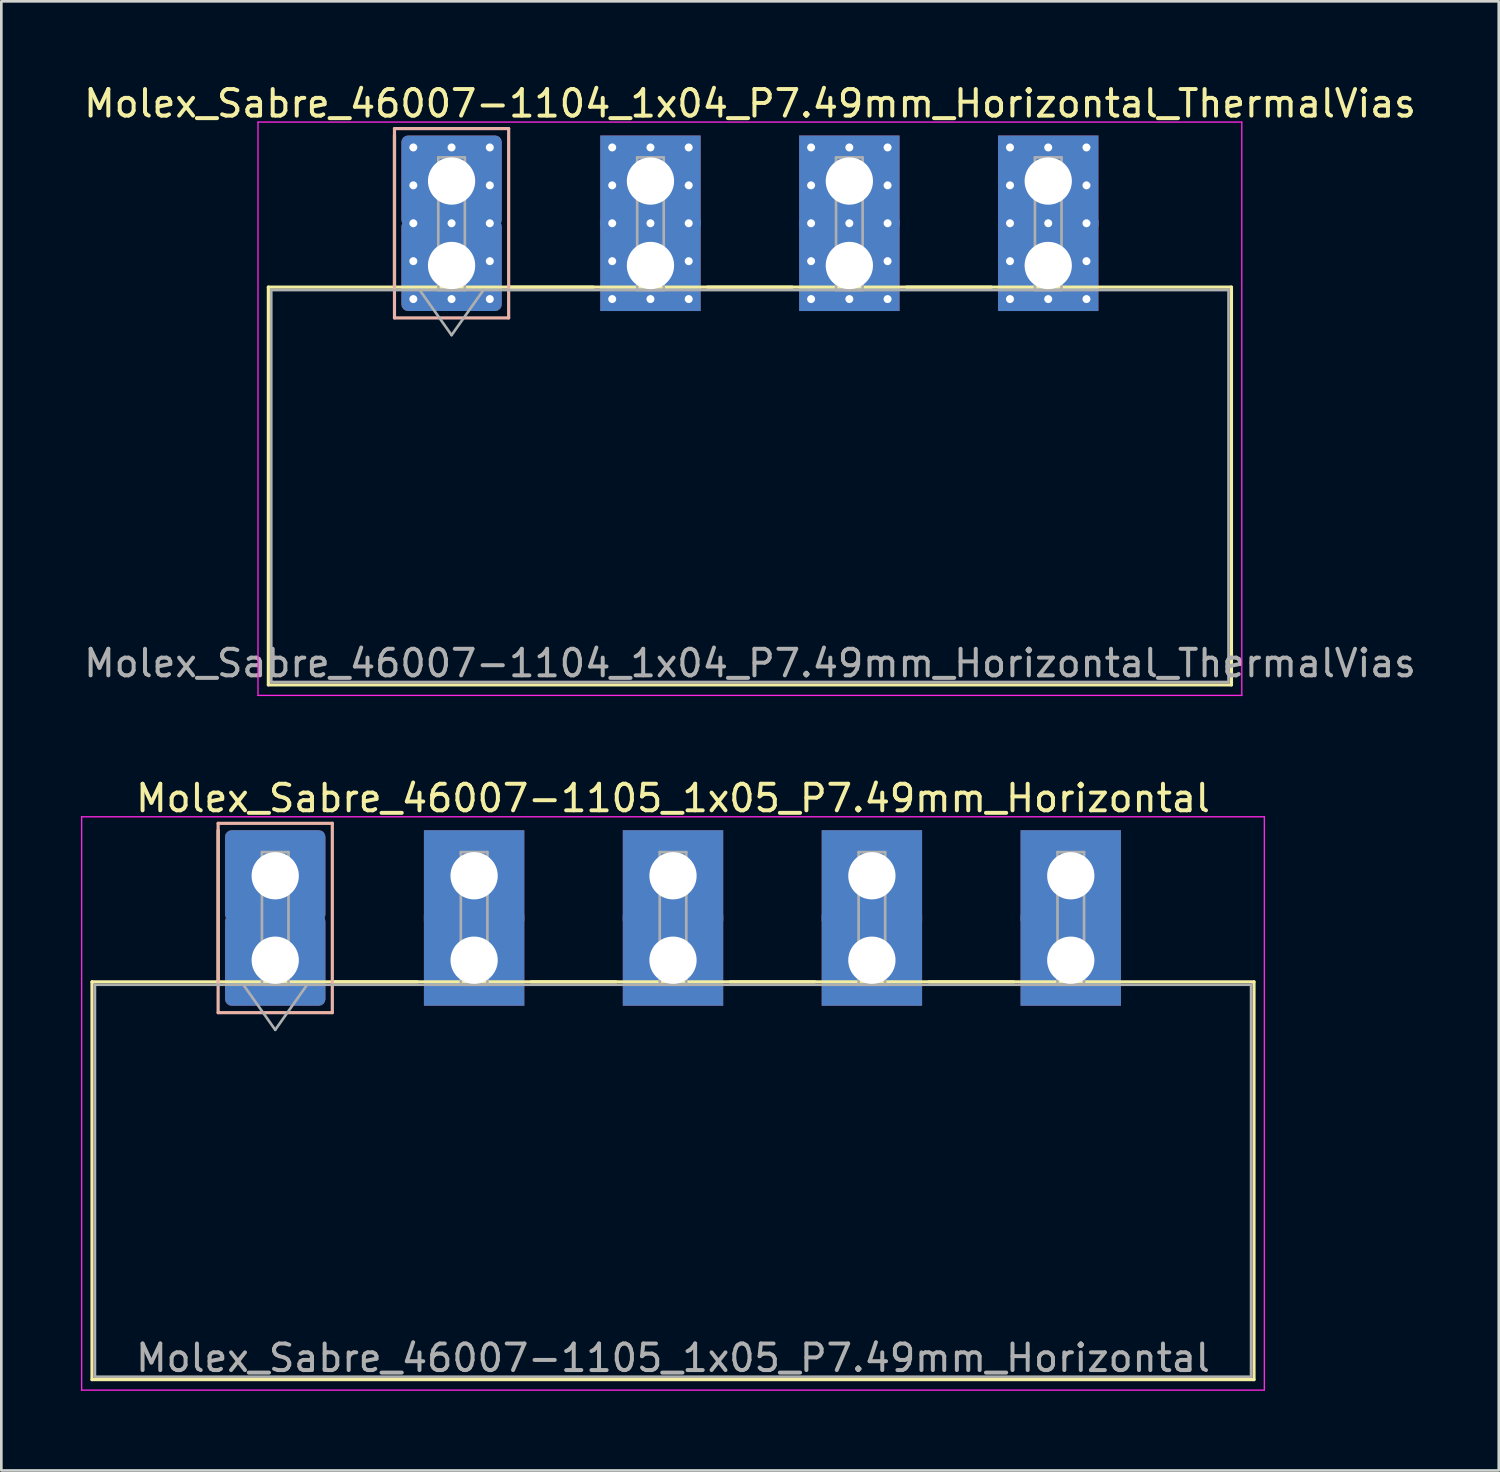
<source format=kicad_pcb>
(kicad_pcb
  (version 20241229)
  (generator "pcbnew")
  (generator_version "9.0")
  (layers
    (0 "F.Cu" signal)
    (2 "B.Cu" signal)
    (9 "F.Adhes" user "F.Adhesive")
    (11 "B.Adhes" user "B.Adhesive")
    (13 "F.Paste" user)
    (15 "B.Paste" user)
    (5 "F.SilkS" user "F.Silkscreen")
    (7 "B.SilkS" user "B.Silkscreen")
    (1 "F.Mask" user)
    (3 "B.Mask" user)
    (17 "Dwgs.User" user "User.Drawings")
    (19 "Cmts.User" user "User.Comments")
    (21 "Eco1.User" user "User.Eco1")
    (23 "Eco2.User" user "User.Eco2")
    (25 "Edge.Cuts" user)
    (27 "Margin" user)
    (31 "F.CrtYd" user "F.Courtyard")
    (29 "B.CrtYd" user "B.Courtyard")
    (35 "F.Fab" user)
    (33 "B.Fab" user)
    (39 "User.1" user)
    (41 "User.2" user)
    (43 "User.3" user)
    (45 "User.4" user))
  (footprint "Molex_Sabre_46007-1104_1x04_P7.49mm_Horizontal_ThermalVias"
    (layer "F.Cu")
    (at 13.956 6.948)
    (property "Reference" "Molex_Sabre_46007-1104_1x04_P7.49mm_Horizontal_ThermalVias" (at 11.24 -6.1 0) (layer "F.SilkS") (effects (font (size 1 1) (thickness 0.15))))
    (attr through_hole)
    (fp_line (start -6.9 0.815) (end -6.9 15.795) (stroke (width 0.12) (type solid)) (layer "F.SilkS"))
    (fp_line (start -6.9 15.795) (end 29.37 15.795) (stroke (width 0.12) (type solid)) (layer "F.SilkS"))
    (fp_line (start -2.15 0.815) (end -2.15 -4.895) (stroke (width 0.12) (type solid)) (layer "F.SilkS"))
    (fp_line (start 2.15 0.815) (end 5.34 0.815) (stroke (width 0.12) (type solid)) (layer "F.SilkS"))
    (fp_line (start 9.64 0.815) (end 12.83 0.815) (stroke (width 0.12) (type solid)) (layer "F.SilkS"))
    (fp_line (start 17.13 0.815) (end 20.32 0.815) (stroke (width 0.12) (type solid)) (layer "F.SilkS"))
    (fp_line (start 29.37 0.815) (end -6.9 0.815) (stroke (width 0.12) (type solid)) (layer "F.SilkS"))
    (fp_line (start 29.37 15.795) (end 29.37 0.815) (stroke (width 0.12) (type solid)) (layer "F.SilkS"))
    (fp_line (start -2.15 -5.155) (end -2.15 1.975) (stroke (width 0.12) (type solid)) (layer "B.SilkS"))
    (fp_line (start -2.15 1.975) (end 2.15 1.975) (stroke (width 0.12) (type solid)) (layer "B.SilkS"))
    (fp_line (start 2.15 -5.155) (end -2.15 -5.155) (stroke (width 0.12) (type solid)) (layer "B.SilkS"))
    (fp_line (start 2.15 1.975) (end 2.15 -5.155) (stroke (width 0.12) (type solid)) (layer "B.SilkS"))
    (fp_line (start -7.29 -5.4) (end -7.29 16.19) (stroke (width 0.05) (type solid)) (layer "F.CrtYd"))
    (fp_line (start -7.29 16.19) (end 29.76 16.19) (stroke (width 0.05) (type solid)) (layer "F.CrtYd"))
    (fp_line (start 29.76 -5.4) (end -7.29 -5.4) (stroke (width 0.05) (type solid)) (layer "F.CrtYd"))
    (fp_line (start 29.76 16.19) (end 29.76 -5.4) (stroke (width 0.05) (type solid)) (layer "F.CrtYd"))
    (fp_line (start -6.79 0.925) (end -6.79 15.685) (stroke (width 0.1) (type solid)) (layer "F.Fab"))
    (fp_line (start -6.79 15.685) (end 29.26 15.685) (stroke (width 0.1) (type solid)) (layer "F.Fab"))
    (fp_line (start -1.2 0.925) (end 0 2.622) (stroke (width 0.1) (type solid)) (layer "F.Fab"))
    (fp_line (start -0.5 -4.07) (end 0.5 -4.07) (stroke (width 0.1) (type solid)) (layer "F.Fab"))
    (fp_line (start -0.5 0.925) (end -0.5 -4.07) (stroke (width 0.1) (type solid)) (layer "F.Fab"))
    (fp_line (start 0 2.622) (end 1.2 0.925) (stroke (width 0.1) (type solid)) (layer "F.Fab"))
    (fp_line (start 0.5 -4.07) (end 0.5 0.925) (stroke (width 0.1) (type solid)) (layer "F.Fab"))
    (fp_line (start 0.5 0.925) (end -0.5 0.925) (stroke (width 0.1) (type solid)) (layer "F.Fab"))
    (fp_line (start 6.99 -4.07) (end 7.99 -4.07) (stroke (width 0.1) (type solid)) (layer "F.Fab"))
    (fp_line (start 6.99 0.925) (end 6.99 -4.07) (stroke (width 0.1) (type solid)) (layer "F.Fab"))
    (fp_line (start 7.99 -4.07) (end 7.99 0.925) (stroke (width 0.1) (type solid)) (layer "F.Fab"))
    (fp_line (start 7.99 0.925) (end 6.99 0.925) (stroke (width 0.1) (type solid)) (layer "F.Fab"))
    (fp_line (start 14.48 -4.07) (end 15.48 -4.07) (stroke (width 0.1) (type solid)) (layer "F.Fab"))
    (fp_line (start 14.48 0.925) (end 14.48 -4.07) (stroke (width 0.1) (type solid)) (layer "F.Fab"))
    (fp_line (start 15.48 -4.07) (end 15.48 0.925) (stroke (width 0.1) (type solid)) (layer "F.Fab"))
    (fp_line (start 15.48 0.925) (end 14.48 0.925) (stroke (width 0.1) (type solid)) (layer "F.Fab"))
    (fp_line (start 21.97 -4.07) (end 22.97 -4.07) (stroke (width 0.1) (type solid)) (layer "F.Fab"))
    (fp_line (start 21.97 0.925) (end 21.97 -4.07) (stroke (width 0.1) (type solid)) (layer "F.Fab"))
    (fp_line (start 22.97 -4.07) (end 22.97 0.925) (stroke (width 0.1) (type solid)) (layer "F.Fab"))
    (fp_line (start 22.97 0.925) (end 21.97 0.925) (stroke (width 0.1) (type solid)) (layer "F.Fab"))
    (fp_line (start 29.26 0.925) (end -6.79 0.925) (stroke (width 0.1) (type solid)) (layer "F.Fab"))
    (fp_line (start 29.26 15.685) (end 29.26 0.925) (stroke (width 0.1) (type solid)) (layer "F.Fab"))
    (fp_text user "${REFERENCE}" (at 11.24 14.98 0) (layer "F.Fab") (effects (font (size 1 1) (thickness 0.15))))
    (pad "1" thru_hole roundrect (at -1.44 -4.445) (size 0.6 0.6) (drill 0.3) (layers "*.Cu" "*.Mask") (roundrect_rratio 0.25))
    (pad "1" thru_hole roundrect (at -1.44 -3.018) (size 0.6 0.6) (drill 0.3) (layers "*.Cu" "*.Mask") (roundrect_rratio 0.25))
    (pad "1" thru_hole roundrect (at -1.44 -1.59) (size 0.6 0.6) (drill 0.3) (layers "*.Cu" "*.Mask") (roundrect_rratio 0.25))
    (pad "1" thru_hole roundrect (at -1.44 -0.163) (size 0.6 0.6) (drill 0.3) (layers "*.Cu" "*.Mask") (roundrect_rratio 0.25))
    (pad "1" thru_hole roundrect (at -1.44 1.265) (size 0.6 0.6) (drill 0.3) (layers "*.Cu" "*.Mask") (roundrect_rratio 0.25))
    (pad "1" thru_hole roundrect (at 0 -4.445) (size 0.6 0.6) (drill 0.3) (layers "*.Cu" "*.Mask") (roundrect_rratio 0.25))
    (pad "1" thru_hole roundrect (at 0 -3.18) (size 3.78 3.43) (drill 1.78) (layers "*.Cu" "*.Mask") (roundrect_rratio 0.073))
    (pad "1" thru_hole roundrect (at 0 -1.59) (size 0.6 0.6) (drill 0.3) (layers "*.Cu" "*.Mask") (roundrect_rratio 0.25))
    (pad "1" thru_hole roundrect (at 0 0) (size 3.78 3.43) (drill 1.78) (layers "*.Cu" "*.Mask") (roundrect_rratio 0.073))
    (pad "1" thru_hole roundrect (at 0 1.265) (size 0.6 0.6) (drill 0.3) (layers "*.Cu" "*.Mask") (roundrect_rratio 0.25))
    (pad "1" thru_hole roundrect (at 1.44 -4.445) (size 0.6 0.6) (drill 0.3) (layers "*.Cu" "*.Mask") (roundrect_rratio 0.25))
    (pad "1" thru_hole roundrect (at 1.44 -3.018) (size 0.6 0.6) (drill 0.3) (layers "*.Cu" "*.Mask") (roundrect_rratio 0.25))
    (pad "1" thru_hole roundrect (at 1.44 -1.59) (size 0.6 0.6) (drill 0.3) (layers "*.Cu" "*.Mask") (roundrect_rratio 0.25))
    (pad "1" thru_hole roundrect (at 1.44 -0.163) (size 0.6 0.6) (drill 0.3) (layers "*.Cu" "*.Mask") (roundrect_rratio 0.25))
    (pad "1" thru_hole roundrect (at 1.44 1.265) (size 0.6 0.6) (drill 0.3) (layers "*.Cu" "*.Mask") (roundrect_rratio 0.25))
    (pad "2" thru_hole circle (at 6.05 -4.445) (size 0.6 0.6) (drill 0.3) (layers "*.Cu" "*.Mask"))
    (pad "2" thru_hole circle (at 6.05 -3.018) (size 0.6 0.6) (drill 0.3) (layers "*.Cu" "*.Mask"))
    (pad "2" thru_hole circle (at 6.05 -1.59) (size 0.6 0.6) (drill 0.3) (layers "*.Cu" "*.Mask"))
    (pad "2" thru_hole circle (at 6.05 -0.163) (size 0.6 0.6) (drill 0.3) (layers "*.Cu" "*.Mask"))
    (pad "2" thru_hole circle (at 6.05 1.265) (size 0.6 0.6) (drill 0.3) (layers "*.Cu" "*.Mask"))
    (pad "2" thru_hole circle (at 7.49 -4.445) (size 0.6 0.6) (drill 0.3) (layers "*.Cu" "*.Mask"))
    (pad "2" thru_hole rect (at 7.49 -3.18) (size 3.78 3.43) (drill 1.78) (layers "*.Cu" "*.Mask"))
    (pad "2" thru_hole circle (at 7.49 -1.59) (size 0.6 0.6) (drill 0.3) (layers "*.Cu" "*.Mask"))
    (pad "2" thru_hole rect (at 7.49 0) (size 3.78 3.43) (drill 1.78) (layers "*.Cu" "*.Mask"))
    (pad "2" thru_hole circle (at 7.49 1.265) (size 0.6 0.6) (drill 0.3) (layers "*.Cu" "*.Mask"))
    (pad "2" thru_hole circle (at 8.93 -4.445) (size 0.6 0.6) (drill 0.3) (layers "*.Cu" "*.Mask"))
    (pad "2" thru_hole circle (at 8.93 -3.018) (size 0.6 0.6) (drill 0.3) (layers "*.Cu" "*.Mask"))
    (pad "2" thru_hole circle (at 8.93 -1.59) (size 0.6 0.6) (drill 0.3) (layers "*.Cu" "*.Mask"))
    (pad "2" thru_hole circle (at 8.93 -0.163) (size 0.6 0.6) (drill 0.3) (layers "*.Cu" "*.Mask"))
    (pad "2" thru_hole circle (at 8.93 1.265) (size 0.6 0.6) (drill 0.3) (layers "*.Cu" "*.Mask"))
    (pad "3" thru_hole circle (at 13.54 -4.445) (size 0.6 0.6) (drill 0.3) (layers "*.Cu" "*.Mask"))
    (pad "3" thru_hole circle (at 13.54 -3.018) (size 0.6 0.6) (drill 0.3) (layers "*.Cu" "*.Mask"))
    (pad "3" thru_hole circle (at 13.54 -1.59) (size 0.6 0.6) (drill 0.3) (layers "*.Cu" "*.Mask"))
    (pad "3" thru_hole circle (at 13.54 -0.163) (size 0.6 0.6) (drill 0.3) (layers "*.Cu" "*.Mask"))
    (pad "3" thru_hole circle (at 13.54 1.265) (size 0.6 0.6) (drill 0.3) (layers "*.Cu" "*.Mask"))
    (pad "3" thru_hole circle (at 14.98 -4.445) (size 0.6 0.6) (drill 0.3) (layers "*.Cu" "*.Mask"))
    (pad "3" thru_hole rect (at 14.98 -3.18) (size 3.78 3.43) (drill 1.78) (layers "*.Cu" "*.Mask"))
    (pad "3" thru_hole circle (at 14.98 -1.59) (size 0.6 0.6) (drill 0.3) (layers "*.Cu" "*.Mask"))
    (pad "3" thru_hole rect (at 14.98 0) (size 3.78 3.43) (drill 1.78) (layers "*.Cu" "*.Mask"))
    (pad "3" thru_hole circle (at 14.98 1.265) (size 0.6 0.6) (drill 0.3) (layers "*.Cu" "*.Mask"))
    (pad "3" thru_hole circle (at 16.42 -4.445) (size 0.6 0.6) (drill 0.3) (layers "*.Cu" "*.Mask"))
    (pad "3" thru_hole circle (at 16.42 -3.018) (size 0.6 0.6) (drill 0.3) (layers "*.Cu" "*.Mask"))
    (pad "3" thru_hole circle (at 16.42 -1.59) (size 0.6 0.6) (drill 0.3) (layers "*.Cu" "*.Mask"))
    (pad "3" thru_hole circle (at 16.42 -0.163) (size 0.6 0.6) (drill 0.3) (layers "*.Cu" "*.Mask"))
    (pad "3" thru_hole circle (at 16.42 1.265) (size 0.6 0.6) (drill 0.3) (layers "*.Cu" "*.Mask"))
    (pad "4" thru_hole circle (at 21.03 -4.445) (size 0.6 0.6) (drill 0.3) (layers "*.Cu" "*.Mask"))
    (pad "4" thru_hole circle (at 21.03 -3.018) (size 0.6 0.6) (drill 0.3) (layers "*.Cu" "*.Mask"))
    (pad "4" thru_hole circle (at 21.03 -1.59) (size 0.6 0.6) (drill 0.3) (layers "*.Cu" "*.Mask"))
    (pad "4" thru_hole circle (at 21.03 -0.163) (size 0.6 0.6) (drill 0.3) (layers "*.Cu" "*.Mask"))
    (pad "4" thru_hole circle (at 21.03 1.265) (size 0.6 0.6) (drill 0.3) (layers "*.Cu" "*.Mask"))
    (pad "4" thru_hole circle (at 22.47 -4.445) (size 0.6 0.6) (drill 0.3) (layers "*.Cu" "*.Mask"))
    (pad "4" thru_hole rect (at 22.47 -3.18) (size 3.78 3.43) (drill 1.78) (layers "*.Cu" "*.Mask"))
    (pad "4" thru_hole circle (at 22.47 -1.59) (size 0.6 0.6) (drill 0.3) (layers "*.Cu" "*.Mask"))
    (pad "4" thru_hole rect (at 22.47 0) (size 3.78 3.43) (drill 1.78) (layers "*.Cu" "*.Mask"))
    (pad "4" thru_hole circle (at 22.47 1.265) (size 0.6 0.6) (drill 0.3) (layers "*.Cu" "*.Mask"))
    (pad "4" thru_hole circle (at 23.91 -4.445) (size 0.6 0.6) (drill 0.3) (layers "*.Cu" "*.Mask"))
    (pad "4" thru_hole circle (at 23.91 -3.018) (size 0.6 0.6) (drill 0.3) (layers "*.Cu" "*.Mask"))
    (pad "4" thru_hole circle (at 23.91 -1.59) (size 0.6 0.6) (drill 0.3) (layers "*.Cu" "*.Mask"))
    (pad "4" thru_hole circle (at 23.91 -0.163) (size 0.6 0.6) (drill 0.3) (layers "*.Cu" "*.Mask"))
    (pad "4" thru_hole circle (at 23.91 1.265) (size 0.6 0.6) (drill 0.3) (layers "*.Cu" "*.Mask")))
  (footprint "Molex_Sabre_46007-1105_1x05_P7.49mm_Horizontal"
    (layer "F.Cu")
    (at 7.315 33.111)
    (property "Reference" "Molex_Sabre_46007-1105_1x05_P7.49mm_Horizontal" (at 14.98 -6.1 0) (layer "F.SilkS") (effects (font (size 1 1) (thickness 0.15))))
    (attr through_hole)
    (fp_line (start -6.9 0.815) (end -6.9 15.795) (stroke (width 0.12) (type solid)) (layer "F.SilkS"))
    (fp_line (start -6.9 15.795) (end 36.86 15.795) (stroke (width 0.12) (type solid)) (layer "F.SilkS"))
    (fp_line (start -2.15 0.815) (end -2.15 -4.895) (stroke (width 0.12) (type solid)) (layer "F.SilkS"))
    (fp_line (start 2.15 0.815) (end 5.34 0.815) (stroke (width 0.12) (type solid)) (layer "F.SilkS"))
    (fp_line (start 9.64 0.815) (end 12.83 0.815) (stroke (width 0.12) (type solid)) (layer "F.SilkS"))
    (fp_line (start 17.13 0.815) (end 20.32 0.815) (stroke (width 0.12) (type solid)) (layer "F.SilkS"))
    (fp_line (start 24.62 0.815) (end 27.81 0.815) (stroke (width 0.12) (type solid)) (layer "F.SilkS"))
    (fp_line (start 36.86 0.815) (end -6.9 0.815) (stroke (width 0.12) (type solid)) (layer "F.SilkS"))
    (fp_line (start 36.86 15.795) (end 36.86 0.815) (stroke (width 0.12) (type solid)) (layer "F.SilkS"))
    (fp_line (start -2.15 -5.155) (end -2.15 1.975) (stroke (width 0.12) (type solid)) (layer "B.SilkS"))
    (fp_line (start -2.15 1.975) (end 2.15 1.975) (stroke (width 0.12) (type solid)) (layer "B.SilkS"))
    (fp_line (start 2.15 -5.155) (end -2.15 -5.155) (stroke (width 0.12) (type solid)) (layer "B.SilkS"))
    (fp_line (start 2.15 1.975) (end 2.15 -5.155) (stroke (width 0.12) (type solid)) (layer "B.SilkS"))
    (fp_line (start -7.29 -5.4) (end -7.29 16.19) (stroke (width 0.05) (type solid)) (layer "F.CrtYd"))
    (fp_line (start -7.29 16.19) (end 37.25 16.19) (stroke (width 0.05) (type solid)) (layer "F.CrtYd"))
    (fp_line (start 37.25 -5.4) (end -7.29 -5.4) (stroke (width 0.05) (type solid)) (layer "F.CrtYd"))
    (fp_line (start 37.25 16.19) (end 37.25 -5.4) (stroke (width 0.05) (type solid)) (layer "F.CrtYd"))
    (fp_line (start -6.79 0.925) (end -6.79 15.685) (stroke (width 0.1) (type solid)) (layer "F.Fab"))
    (fp_line (start -6.79 15.685) (end 36.75 15.685) (stroke (width 0.1) (type solid)) (layer "F.Fab"))
    (fp_line (start -1.2 0.925) (end 0 2.622) (stroke (width 0.1) (type solid)) (layer "F.Fab"))
    (fp_line (start -0.5 -4.07) (end 0.5 -4.07) (stroke (width 0.1) (type solid)) (layer "F.Fab"))
    (fp_line (start -0.5 0.925) (end -0.5 -4.07) (stroke (width 0.1) (type solid)) (layer "F.Fab"))
    (fp_line (start 0 2.622) (end 1.2 0.925) (stroke (width 0.1) (type solid)) (layer "F.Fab"))
    (fp_line (start 0.5 -4.07) (end 0.5 0.925) (stroke (width 0.1) (type solid)) (layer "F.Fab"))
    (fp_line (start 0.5 0.925) (end -0.5 0.925) (stroke (width 0.1) (type solid)) (layer "F.Fab"))
    (fp_line (start 6.99 -4.07) (end 7.99 -4.07) (stroke (width 0.1) (type solid)) (layer "F.Fab"))
    (fp_line (start 6.99 0.925) (end 6.99 -4.07) (stroke (width 0.1) (type solid)) (layer "F.Fab"))
    (fp_line (start 7.99 -4.07) (end 7.99 0.925) (stroke (width 0.1) (type solid)) (layer "F.Fab"))
    (fp_line (start 7.99 0.925) (end 6.99 0.925) (stroke (width 0.1) (type solid)) (layer "F.Fab"))
    (fp_line (start 14.48 -4.07) (end 15.48 -4.07) (stroke (width 0.1) (type solid)) (layer "F.Fab"))
    (fp_line (start 14.48 0.925) (end 14.48 -4.07) (stroke (width 0.1) (type solid)) (layer "F.Fab"))
    (fp_line (start 15.48 -4.07) (end 15.48 0.925) (stroke (width 0.1) (type solid)) (layer "F.Fab"))
    (fp_line (start 15.48 0.925) (end 14.48 0.925) (stroke (width 0.1) (type solid)) (layer "F.Fab"))
    (fp_line (start 21.97 -4.07) (end 22.97 -4.07) (stroke (width 0.1) (type solid)) (layer "F.Fab"))
    (fp_line (start 21.97 0.925) (end 21.97 -4.07) (stroke (width 0.1) (type solid)) (layer "F.Fab"))
    (fp_line (start 22.97 -4.07) (end 22.97 0.925) (stroke (width 0.1) (type solid)) (layer "F.Fab"))
    (fp_line (start 22.97 0.925) (end 21.97 0.925) (stroke (width 0.1) (type solid)) (layer "F.Fab"))
    (fp_line (start 29.46 -4.07) (end 30.46 -4.07) (stroke (width 0.1) (type solid)) (layer "F.Fab"))
    (fp_line (start 29.46 0.925) (end 29.46 -4.07) (stroke (width 0.1) (type solid)) (layer "F.Fab"))
    (fp_line (start 30.46 -4.07) (end 30.46 0.925) (stroke (width 0.1) (type solid)) (layer "F.Fab"))
    (fp_line (start 30.46 0.925) (end 29.46 0.925) (stroke (width 0.1) (type solid)) (layer "F.Fab"))
    (fp_line (start 36.75 0.925) (end -6.79 0.925) (stroke (width 0.1) (type solid)) (layer "F.Fab"))
    (fp_line (start 36.75 15.685) (end 36.75 0.925) (stroke (width 0.1) (type solid)) (layer "F.Fab"))
    (fp_text user "${REFERENCE}" (at 14.98 14.98 0) (layer "F.Fab") (effects (font (size 1 1) (thickness 0.15))))
    (pad "1" thru_hole roundrect (at 0 -3.18) (size 3.78 3.43) (drill 1.78) (layers "*.Cu" "*.Mask") (roundrect_rratio 0.073))
    (pad "1" thru_hole roundrect (at 0 0) (size 3.78 3.43) (drill 1.78) (layers "*.Cu" "*.Mask") (roundrect_rratio 0.073))
    (pad "2" thru_hole rect (at 7.49 -3.18) (size 3.78 3.43) (drill 1.78) (layers "*.Cu" "*.Mask"))
    (pad "2" thru_hole rect (at 7.49 0) (size 3.78 3.43) (drill 1.78) (layers "*.Cu" "*.Mask"))
    (pad "3" thru_hole rect (at 14.98 -3.18) (size 3.78 3.43) (drill 1.78) (layers "*.Cu" "*.Mask"))
    (pad "3" thru_hole rect (at 14.98 0) (size 3.78 3.43) (drill 1.78) (layers "*.Cu" "*.Mask"))
    (pad "4" thru_hole rect (at 22.47 -3.18) (size 3.78 3.43) (drill 1.78) (layers "*.Cu" "*.Mask"))
    (pad "4" thru_hole rect (at 22.47 0) (size 3.78 3.43) (drill 1.78) (layers "*.Cu" "*.Mask"))
    (pad "5" thru_hole rect (at 29.96 -3.18) (size 3.78 3.43) (drill 1.78) (layers "*.Cu" "*.Mask"))
    (pad "5" thru_hole rect (at 29.96 0) (size 3.78 3.43) (drill 1.78) (layers "*.Cu" "*.Mask")))
  (gr_rect
    (start -3 -3)
    (end 53.393 52.327)
    (stroke (width 0.1) (type default))
    (fill no)
    (layer "Edge.Cuts")))
</source>
